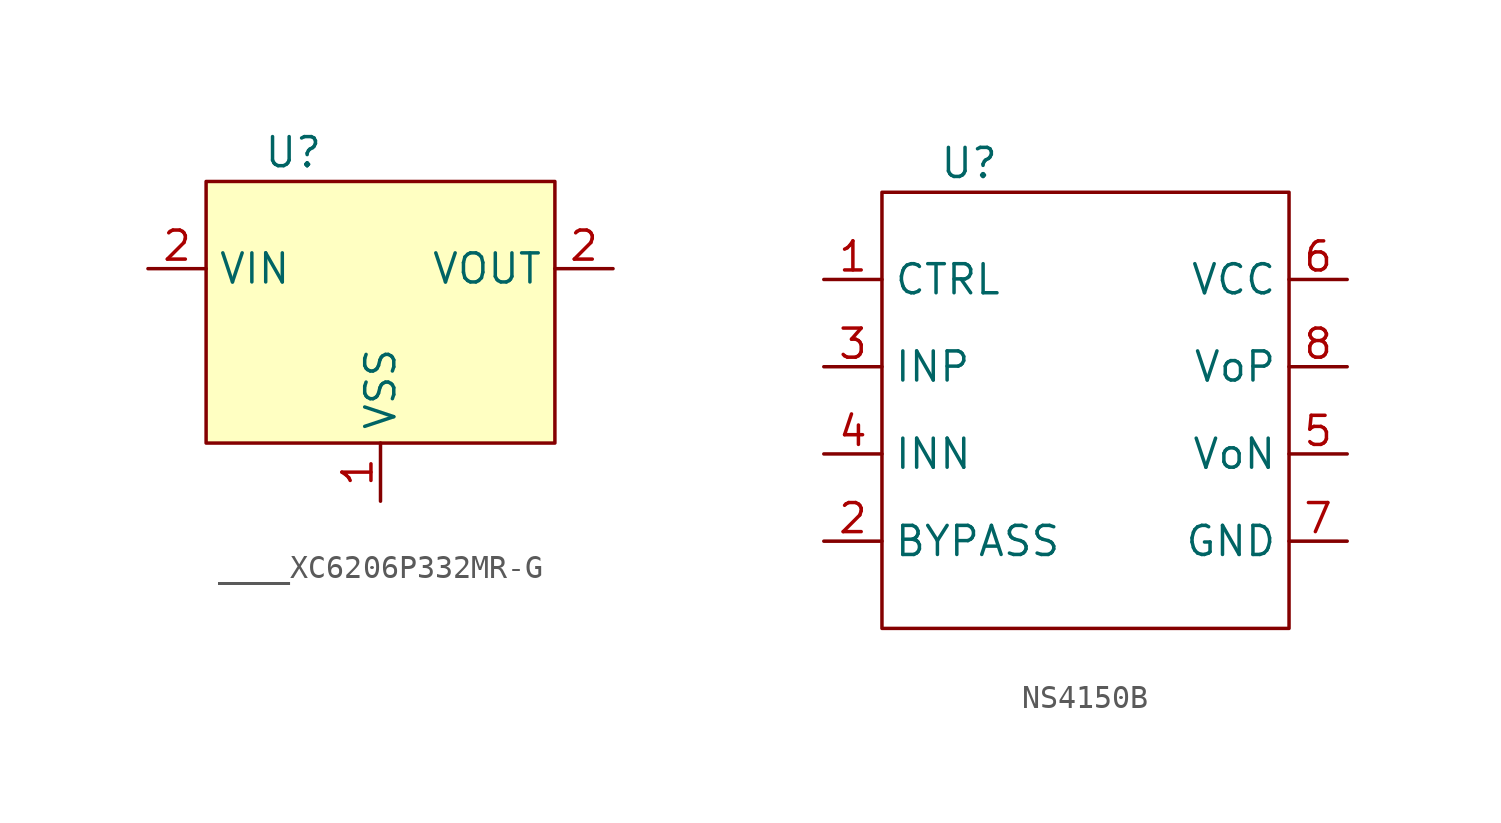
<source format=kicad_sym>
(kicad_symbol_lib
  (version 20231120)
  (generator "kicad_symbol_editor")
  (generator_version "8.0")
  (symbol "____XC6206P332MR-G"
    (property "Reference" "U"
      (at -3.81 6.35 0)
      (effects (font (size 1.27 1.27))))
    (property "Value" ""
      (at -3.81 6.35 0)
      (effects (font (size 1.27 1.27))))
    (property "ki_locked" ""
      (at 0 0 0)
      (effects (font (size 1.27 1.27))))
    (symbol "____XC6206P332MR-G_1_1"
      (rectangle (start -7.62 5.08) (end 7.62 -6.35) (stroke (width 0) (type default)) (fill (type background)))
      (pin power_in line (at 0 -8.89 90) (length 2.54) (name "VSS" (effects (font (size 1.27 1.27)))) (number "1" (effects (font (size 1.27 1.27)))))
      (pin power_in line (at -10.16 1.27 0) (length 2.54) (name "VIN" (effects (font (size 1.27 1.27)))) (number "2" (effects (font (size 1.27 1.27)))))
      (pin power_out line (at 10.16 1.27 180) (length 2.54) (name "VOUT" (effects (font (size 1.27 1.27)))) (number "2" (effects (font (size 1.27 1.27)))))))
  (symbol "NS4150B"
    (property "Reference" "U"
      (at -5.08 10.16 0)
      (effects (font (size 1.27 1.27))))
    (property "Value" ""
      (at -5.08 10.16 0)
      (effects (font (size 1.27 1.27))))
    (symbol "NS4150B_1_1"
      (rectangle (start -8.89 8.89) (end 8.89 -10.16) (stroke (width 0) (type default)) (fill (type none)))
      (pin input line (at -11.43 5.08 0) (length 2.54) (name "CTRL" (effects (font (size 1.27 1.27)))) (number "1" (effects (font (size 1.27 1.27)))))
      (pin input line (at -11.43 -6.35 0) (length 2.54) (name "BYPASS" (effects (font (size 1.27 1.27)))) (number "2" (effects (font (size 1.27 1.27)))))
      (pin input line (at -11.43 1.27 0) (length 2.54) (name "INP" (effects (font (size 1.27 1.27)))) (number "3" (effects (font (size 1.27 1.27)))))
      (pin input line (at -11.43 -2.54 0) (length 2.54) (name "INN" (effects (font (size 1.27 1.27)))) (number "4" (effects (font (size 1.27 1.27)))))
      (pin output line (at 11.43 -2.54 180) (length 2.54) (name "VoN" (effects (font (size 1.27 1.27)))) (number "5" (effects (font (size 1.27 1.27)))))
      (pin power_in line (at 11.43 5.08 180) (length 2.54) (name "VCC" (effects (font (size 1.27 1.27)))) (number "6" (effects (font (size 1.27 1.27)))))
      (pin power_in line (at 11.43 -6.35 180) (length 2.54) (name "GND" (effects (font (size 1.27 1.27)))) (number "7" (effects (font (size 1.27 1.27)))))
      (pin power_in line (at 11.43 1.27 180) (length 2.54) (name "VoP" (effects (font (size 1.27 1.27)))) (number "8" (effects (font (size 1.27 1.27))))))))
</source>
